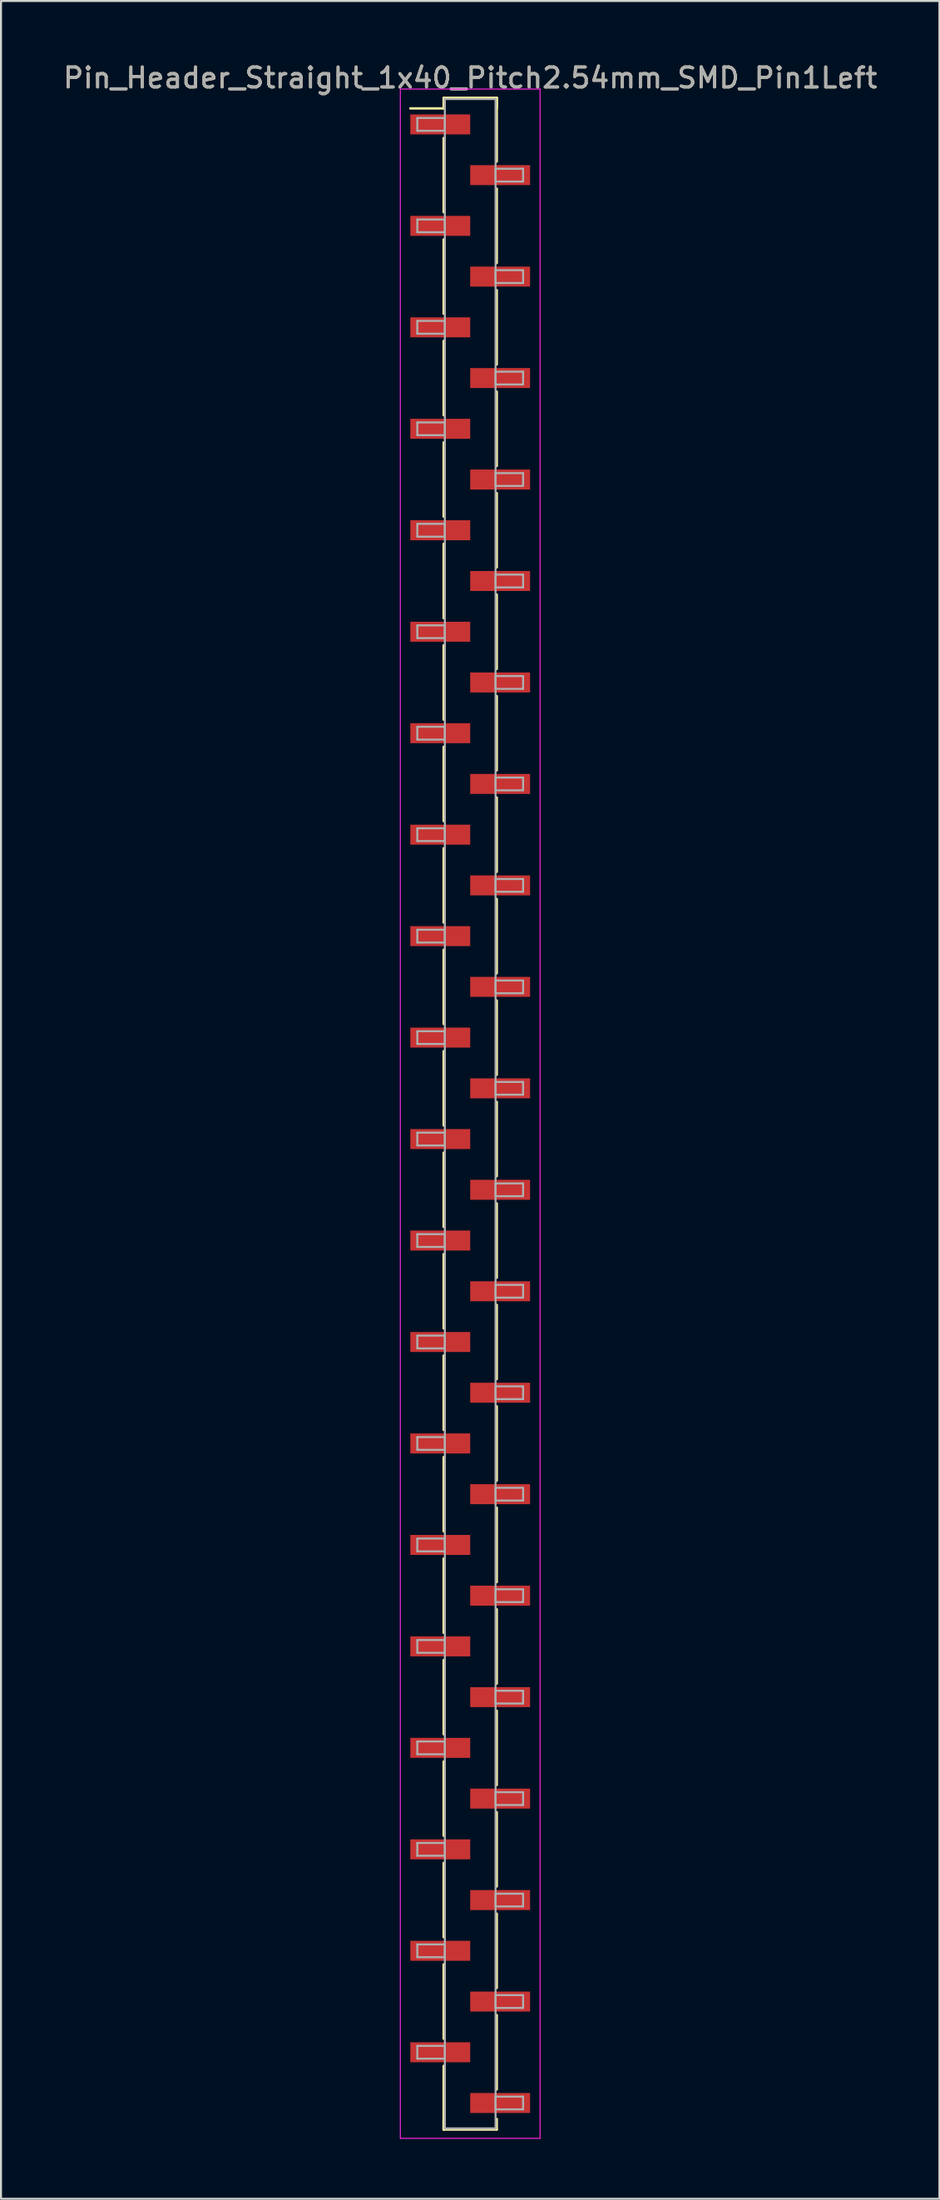
<source format=kicad_pcb>
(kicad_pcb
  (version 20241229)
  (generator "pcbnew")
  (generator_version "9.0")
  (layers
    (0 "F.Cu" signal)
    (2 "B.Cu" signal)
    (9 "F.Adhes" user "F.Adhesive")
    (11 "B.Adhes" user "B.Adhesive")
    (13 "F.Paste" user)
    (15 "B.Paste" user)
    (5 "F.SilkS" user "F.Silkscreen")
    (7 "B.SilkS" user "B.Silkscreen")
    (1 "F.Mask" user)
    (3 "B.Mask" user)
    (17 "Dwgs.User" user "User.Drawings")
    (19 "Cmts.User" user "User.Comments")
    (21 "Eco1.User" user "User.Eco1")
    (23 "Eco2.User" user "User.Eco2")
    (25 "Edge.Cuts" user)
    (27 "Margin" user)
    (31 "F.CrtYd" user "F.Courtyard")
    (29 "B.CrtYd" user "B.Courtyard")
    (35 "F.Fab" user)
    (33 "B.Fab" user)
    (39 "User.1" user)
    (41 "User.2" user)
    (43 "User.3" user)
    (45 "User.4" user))
  (footprint "Pin_Header_Straight_1x40_Pitch2.54mm_SMD_Pin1Left"
    (layer "F.Cu")
    (at 20.506 52.708)
    (property "Reference" "Pin_Header_Straight_1x40_Pitch2.54mm_SMD_Pin1Left" (at 0 -51.86 0) (layer "F.SilkS") (effects (font (size 1 1) (thickness 0.15))))
    (attr smd)
    (fp_line (start -1.33 -50.86) (end 1.33 -50.86) (stroke (width 0.12) (type solid)) (layer "F.SilkS"))
    (fp_line (start -1.33 -50.33) (end -3 -50.33) (stroke (width 0.12) (type solid)) (layer "F.SilkS"))
    (fp_line (start -1.33 -50.33) (end -1.33 -50.86) (stroke (width 0.12) (type solid)) (layer "F.SilkS"))
    (fp_line (start -1.33 -48.85) (end -1.33 -45.13) (stroke (width 0.12) (type solid)) (layer "F.SilkS"))
    (fp_line (start -1.33 -43.77) (end -1.33 -40.05) (stroke (width 0.12) (type solid)) (layer "F.SilkS"))
    (fp_line (start -1.33 -38.69) (end -1.33 -34.97) (stroke (width 0.12) (type solid)) (layer "F.SilkS"))
    (fp_line (start -1.33 -33.61) (end -1.33 -29.89) (stroke (width 0.12) (type solid)) (layer "F.SilkS"))
    (fp_line (start -1.33 -28.53) (end -1.33 -24.81) (stroke (width 0.12) (type solid)) (layer "F.SilkS"))
    (fp_line (start -1.33 -23.45) (end -1.33 -19.73) (stroke (width 0.12) (type solid)) (layer "F.SilkS"))
    (fp_line (start -1.33 -18.37) (end -1.33 -14.65) (stroke (width 0.12) (type solid)) (layer "F.SilkS"))
    (fp_line (start -1.33 -13.29) (end -1.33 -9.57) (stroke (width 0.12) (type solid)) (layer "F.SilkS"))
    (fp_line (start -1.33 -8.21) (end -1.33 -4.49) (stroke (width 0.12) (type solid)) (layer "F.SilkS"))
    (fp_line (start -1.33 -3.13) (end -1.33 0.59) (stroke (width 0.12) (type solid)) (layer "F.SilkS"))
    (fp_line (start -1.33 1.95) (end -1.33 5.67) (stroke (width 0.12) (type solid)) (layer "F.SilkS"))
    (fp_line (start -1.33 7.03) (end -1.33 10.75) (stroke (width 0.12) (type solid)) (layer "F.SilkS"))
    (fp_line (start -1.33 12.11) (end -1.33 15.83) (stroke (width 0.12) (type solid)) (layer "F.SilkS"))
    (fp_line (start -1.33 17.19) (end -1.33 20.91) (stroke (width 0.12) (type solid)) (layer "F.SilkS"))
    (fp_line (start -1.33 22.27) (end -1.33 25.99) (stroke (width 0.12) (type solid)) (layer "F.SilkS"))
    (fp_line (start -1.33 27.35) (end -1.33 31.07) (stroke (width 0.12) (type solid)) (layer "F.SilkS"))
    (fp_line (start -1.33 32.43) (end -1.33 36.15) (stroke (width 0.12) (type solid)) (layer "F.SilkS"))
    (fp_line (start -1.33 37.51) (end -1.33 41.23) (stroke (width 0.12) (type solid)) (layer "F.SilkS"))
    (fp_line (start -1.33 42.59) (end -1.33 46.31) (stroke (width 0.12) (type solid)) (layer "F.SilkS"))
    (fp_line (start -1.33 47.67) (end -1.33 50.86) (stroke (width 0.12) (type solid)) (layer "F.SilkS"))
    (fp_line (start -1.33 50.33) (end -1.33 50.86) (stroke (width 0.12) (type solid)) (layer "F.SilkS"))
    (fp_line (start -1.33 50.86) (end 1.33 50.86) (stroke (width 0.12) (type solid)) (layer "F.SilkS"))
    (fp_line (start 1.33 -50.86) (end 1.33 -50.33) (stroke (width 0.12) (type solid)) (layer "F.SilkS"))
    (fp_line (start 1.33 -50.86) (end 1.33 -47.67) (stroke (width 0.12) (type solid)) (layer "F.SilkS"))
    (fp_line (start 1.33 -46.31) (end 1.33 -42.59) (stroke (width 0.12) (type solid)) (layer "F.SilkS"))
    (fp_line (start 1.33 -41.23) (end 1.33 -37.51) (stroke (width 0.12) (type solid)) (layer "F.SilkS"))
    (fp_line (start 1.33 -36.15) (end 1.33 -32.43) (stroke (width 0.12) (type solid)) (layer "F.SilkS"))
    (fp_line (start 1.33 -31.07) (end 1.33 -27.35) (stroke (width 0.12) (type solid)) (layer "F.SilkS"))
    (fp_line (start 1.33 -25.99) (end 1.33 -22.27) (stroke (width 0.12) (type solid)) (layer "F.SilkS"))
    (fp_line (start 1.33 -20.91) (end 1.33 -17.19) (stroke (width 0.12) (type solid)) (layer "F.SilkS"))
    (fp_line (start 1.33 -15.83) (end 1.33 -12.11) (stroke (width 0.12) (type solid)) (layer "F.SilkS"))
    (fp_line (start 1.33 -10.75) (end 1.33 -7.03) (stroke (width 0.12) (type solid)) (layer "F.SilkS"))
    (fp_line (start 1.33 -5.67) (end 1.33 -1.95) (stroke (width 0.12) (type solid)) (layer "F.SilkS"))
    (fp_line (start 1.33 -0.59) (end 1.33 3.13) (stroke (width 0.12) (type solid)) (layer "F.SilkS"))
    (fp_line (start 1.33 4.49) (end 1.33 8.21) (stroke (width 0.12) (type solid)) (layer "F.SilkS"))
    (fp_line (start 1.33 9.57) (end 1.33 13.29) (stroke (width 0.12) (type solid)) (layer "F.SilkS"))
    (fp_line (start 1.33 14.65) (end 1.33 18.37) (stroke (width 0.12) (type solid)) (layer "F.SilkS"))
    (fp_line (start 1.33 19.73) (end 1.33 23.45) (stroke (width 0.12) (type solid)) (layer "F.SilkS"))
    (fp_line (start 1.33 24.81) (end 1.33 28.53) (stroke (width 0.12) (type solid)) (layer "F.SilkS"))
    (fp_line (start 1.33 29.89) (end 1.33 33.61) (stroke (width 0.12) (type solid)) (layer "F.SilkS"))
    (fp_line (start 1.33 34.97) (end 1.33 38.69) (stroke (width 0.12) (type solid)) (layer "F.SilkS"))
    (fp_line (start 1.33 40.05) (end 1.33 43.77) (stroke (width 0.12) (type solid)) (layer "F.SilkS"))
    (fp_line (start 1.33 45.13) (end 1.33 48.85) (stroke (width 0.12) (type solid)) (layer "F.SilkS"))
    (fp_line (start 1.33 50.86) (end 1.33 50.33) (stroke (width 0.12) (type solid)) (layer "F.SilkS"))
    (fp_line (start -3.5 -51.3) (end -3.5 51.3) (stroke (width 0.05) (type solid)) (layer "F.CrtYd"))
    (fp_line (start -3.5 51.3) (end 3.5 51.3) (stroke (width 0.05) (type solid)) (layer "F.CrtYd"))
    (fp_line (start 3.5 -51.3) (end -3.5 -51.3) (stroke (width 0.05) (type solid)) (layer "F.CrtYd"))
    (fp_line (start 3.5 51.3) (end 3.5 -51.3) (stroke (width 0.05) (type solid)) (layer "F.CrtYd"))
    (fp_line (start -2.65 -49.85) (end -1.27 -49.85) (stroke (width 0.1) (type solid)) (layer "F.Fab"))
    (fp_line (start -2.65 -49.21) (end -2.65 -49.85) (stroke (width 0.1) (type solid)) (layer "F.Fab"))
    (fp_line (start -2.65 -44.77) (end -1.27 -44.77) (stroke (width 0.1) (type solid)) (layer "F.Fab"))
    (fp_line (start -2.65 -44.13) (end -2.65 -44.77) (stroke (width 0.1) (type solid)) (layer "F.Fab"))
    (fp_line (start -2.65 -39.69) (end -1.27 -39.69) (stroke (width 0.1) (type solid)) (layer "F.Fab"))
    (fp_line (start -2.65 -39.05) (end -2.65 -39.69) (stroke (width 0.1) (type solid)) (layer "F.Fab"))
    (fp_line (start -2.65 -34.61) (end -1.27 -34.61) (stroke (width 0.1) (type solid)) (layer "F.Fab"))
    (fp_line (start -2.65 -33.97) (end -2.65 -34.61) (stroke (width 0.1) (type solid)) (layer "F.Fab"))
    (fp_line (start -2.65 -29.53) (end -1.27 -29.53) (stroke (width 0.1) (type solid)) (layer "F.Fab"))
    (fp_line (start -2.65 -28.89) (end -2.65 -29.53) (stroke (width 0.1) (type solid)) (layer "F.Fab"))
    (fp_line (start -2.65 -24.45) (end -1.27 -24.45) (stroke (width 0.1) (type solid)) (layer "F.Fab"))
    (fp_line (start -2.65 -23.81) (end -2.65 -24.45) (stroke (width 0.1) (type solid)) (layer "F.Fab"))
    (fp_line (start -2.65 -19.37) (end -1.27 -19.37) (stroke (width 0.1) (type solid)) (layer "F.Fab"))
    (fp_line (start -2.65 -18.73) (end -2.65 -19.37) (stroke (width 0.1) (type solid)) (layer "F.Fab"))
    (fp_line (start -2.65 -14.29) (end -1.27 -14.29) (stroke (width 0.1) (type solid)) (layer "F.Fab"))
    (fp_line (start -2.65 -13.65) (end -2.65 -14.29) (stroke (width 0.1) (type solid)) (layer "F.Fab"))
    (fp_line (start -2.65 -9.21) (end -1.27 -9.21) (stroke (width 0.1) (type solid)) (layer "F.Fab"))
    (fp_line (start -2.65 -8.57) (end -2.65 -9.21) (stroke (width 0.1) (type solid)) (layer "F.Fab"))
    (fp_line (start -2.65 -4.13) (end -1.27 -4.13) (stroke (width 0.1) (type solid)) (layer "F.Fab"))
    (fp_line (start -2.65 -3.49) (end -2.65 -4.13) (stroke (width 0.1) (type solid)) (layer "F.Fab"))
    (fp_line (start -2.65 0.95) (end -1.27 0.95) (stroke (width 0.1) (type solid)) (layer "F.Fab"))
    (fp_line (start -2.65 1.59) (end -2.65 0.95) (stroke (width 0.1) (type solid)) (layer "F.Fab"))
    (fp_line (start -2.65 6.03) (end -1.27 6.03) (stroke (width 0.1) (type solid)) (layer "F.Fab"))
    (fp_line (start -2.65 6.67) (end -2.65 6.03) (stroke (width 0.1) (type solid)) (layer "F.Fab"))
    (fp_line (start -2.65 11.11) (end -1.27 11.11) (stroke (width 0.1) (type solid)) (layer "F.Fab"))
    (fp_line (start -2.65 11.75) (end -2.65 11.11) (stroke (width 0.1) (type solid)) (layer "F.Fab"))
    (fp_line (start -2.65 16.19) (end -1.27 16.19) (stroke (width 0.1) (type solid)) (layer "F.Fab"))
    (fp_line (start -2.65 16.83) (end -2.65 16.19) (stroke (width 0.1) (type solid)) (layer "F.Fab"))
    (fp_line (start -2.65 21.27) (end -1.27 21.27) (stroke (width 0.1) (type solid)) (layer "F.Fab"))
    (fp_line (start -2.65 21.91) (end -2.65 21.27) (stroke (width 0.1) (type solid)) (layer "F.Fab"))
    (fp_line (start -2.65 26.35) (end -1.27 26.35) (stroke (width 0.1) (type solid)) (layer "F.Fab"))
    (fp_line (start -2.65 26.99) (end -2.65 26.35) (stroke (width 0.1) (type solid)) (layer "F.Fab"))
    (fp_line (start -2.65 31.43) (end -1.27 31.43) (stroke (width 0.1) (type solid)) (layer "F.Fab"))
    (fp_line (start -2.65 32.07) (end -2.65 31.43) (stroke (width 0.1) (type solid)) (layer "F.Fab"))
    (fp_line (start -2.65 36.51) (end -1.27 36.51) (stroke (width 0.1) (type solid)) (layer "F.Fab"))
    (fp_line (start -2.65 37.15) (end -2.65 36.51) (stroke (width 0.1) (type solid)) (layer "F.Fab"))
    (fp_line (start -2.65 41.59) (end -1.27 41.59) (stroke (width 0.1) (type solid)) (layer "F.Fab"))
    (fp_line (start -2.65 42.23) (end -2.65 41.59) (stroke (width 0.1) (type solid)) (layer "F.Fab"))
    (fp_line (start -2.65 46.67) (end -1.27 46.67) (stroke (width 0.1) (type solid)) (layer "F.Fab"))
    (fp_line (start -2.65 47.31) (end -2.65 46.67) (stroke (width 0.1) (type solid)) (layer "F.Fab"))
    (fp_line (start -1.27 -50.8) (end -1.27 50.8) (stroke (width 0.1) (type solid)) (layer "F.Fab"))
    (fp_line (start -1.27 -49.85) (end -1.27 -49.21) (stroke (width 0.1) (type solid)) (layer "F.Fab"))
    (fp_line (start -1.27 -49.21) (end -2.65 -49.21) (stroke (width 0.1) (type solid)) (layer "F.Fab"))
    (fp_line (start -1.27 -44.77) (end -1.27 -44.13) (stroke (width 0.1) (type solid)) (layer "F.Fab"))
    (fp_line (start -1.27 -44.13) (end -2.65 -44.13) (stroke (width 0.1) (type solid)) (layer "F.Fab"))
    (fp_line (start -1.27 -39.69) (end -1.27 -39.05) (stroke (width 0.1) (type solid)) (layer "F.Fab"))
    (fp_line (start -1.27 -39.05) (end -2.65 -39.05) (stroke (width 0.1) (type solid)) (layer "F.Fab"))
    (fp_line (start -1.27 -34.61) (end -1.27 -33.97) (stroke (width 0.1) (type solid)) (layer "F.Fab"))
    (fp_line (start -1.27 -33.97) (end -2.65 -33.97) (stroke (width 0.1) (type solid)) (layer "F.Fab"))
    (fp_line (start -1.27 -29.53) (end -1.27 -28.89) (stroke (width 0.1) (type solid)) (layer "F.Fab"))
    (fp_line (start -1.27 -28.89) (end -2.65 -28.89) (stroke (width 0.1) (type solid)) (layer "F.Fab"))
    (fp_line (start -1.27 -24.45) (end -1.27 -23.81) (stroke (width 0.1) (type solid)) (layer "F.Fab"))
    (fp_line (start -1.27 -23.81) (end -2.65 -23.81) (stroke (width 0.1) (type solid)) (layer "F.Fab"))
    (fp_line (start -1.27 -19.37) (end -1.27 -18.73) (stroke (width 0.1) (type solid)) (layer "F.Fab"))
    (fp_line (start -1.27 -18.73) (end -2.65 -18.73) (stroke (width 0.1) (type solid)) (layer "F.Fab"))
    (fp_line (start -1.27 -14.29) (end -1.27 -13.65) (stroke (width 0.1) (type solid)) (layer "F.Fab"))
    (fp_line (start -1.27 -13.65) (end -2.65 -13.65) (stroke (width 0.1) (type solid)) (layer "F.Fab"))
    (fp_line (start -1.27 -9.21) (end -1.27 -8.57) (stroke (width 0.1) (type solid)) (layer "F.Fab"))
    (fp_line (start -1.27 -8.57) (end -2.65 -8.57) (stroke (width 0.1) (type solid)) (layer "F.Fab"))
    (fp_line (start -1.27 -4.13) (end -1.27 -3.49) (stroke (width 0.1) (type solid)) (layer "F.Fab"))
    (fp_line (start -1.27 -3.49) (end -2.65 -3.49) (stroke (width 0.1) (type solid)) (layer "F.Fab"))
    (fp_line (start -1.27 0.95) (end -1.27 1.59) (stroke (width 0.1) (type solid)) (layer "F.Fab"))
    (fp_line (start -1.27 1.59) (end -2.65 1.59) (stroke (width 0.1) (type solid)) (layer "F.Fab"))
    (fp_line (start -1.27 6.03) (end -1.27 6.67) (stroke (width 0.1) (type solid)) (layer "F.Fab"))
    (fp_line (start -1.27 6.67) (end -2.65 6.67) (stroke (width 0.1) (type solid)) (layer "F.Fab"))
    (fp_line (start -1.27 11.11) (end -1.27 11.75) (stroke (width 0.1) (type solid)) (layer "F.Fab"))
    (fp_line (start -1.27 11.75) (end -2.65 11.75) (stroke (width 0.1) (type solid)) (layer "F.Fab"))
    (fp_line (start -1.27 16.19) (end -1.27 16.83) (stroke (width 0.1) (type solid)) (layer "F.Fab"))
    (fp_line (start -1.27 16.83) (end -2.65 16.83) (stroke (width 0.1) (type solid)) (layer "F.Fab"))
    (fp_line (start -1.27 21.27) (end -1.27 21.91) (stroke (width 0.1) (type solid)) (layer "F.Fab"))
    (fp_line (start -1.27 21.91) (end -2.65 21.91) (stroke (width 0.1) (type solid)) (layer "F.Fab"))
    (fp_line (start -1.27 26.35) (end -1.27 26.99) (stroke (width 0.1) (type solid)) (layer "F.Fab"))
    (fp_line (start -1.27 26.99) (end -2.65 26.99) (stroke (width 0.1) (type solid)) (layer "F.Fab"))
    (fp_line (start -1.27 31.43) (end -1.27 32.07) (stroke (width 0.1) (type solid)) (layer "F.Fab"))
    (fp_line (start -1.27 32.07) (end -2.65 32.07) (stroke (width 0.1) (type solid)) (layer "F.Fab"))
    (fp_line (start -1.27 36.51) (end -1.27 37.15) (stroke (width 0.1) (type solid)) (layer "F.Fab"))
    (fp_line (start -1.27 37.15) (end -2.65 37.15) (stroke (width 0.1) (type solid)) (layer "F.Fab"))
    (fp_line (start -1.27 41.59) (end -1.27 42.23) (stroke (width 0.1) (type solid)) (layer "F.Fab"))
    (fp_line (start -1.27 42.23) (end -2.65 42.23) (stroke (width 0.1) (type solid)) (layer "F.Fab"))
    (fp_line (start -1.27 46.67) (end -1.27 47.31) (stroke (width 0.1) (type solid)) (layer "F.Fab"))
    (fp_line (start -1.27 47.31) (end -2.65 47.31) (stroke (width 0.1) (type solid)) (layer "F.Fab"))
    (fp_line (start -1.27 50.8) (end 1.27 50.8) (stroke (width 0.1) (type solid)) (layer "F.Fab"))
    (fp_line (start 1.27 -50.8) (end -1.27 -50.8) (stroke (width 0.1) (type solid)) (layer "F.Fab"))
    (fp_line (start 1.27 -47.31) (end 1.27 -46.67) (stroke (width 0.1) (type solid)) (layer "F.Fab"))
    (fp_line (start 1.27 -46.67) (end 2.65 -46.67) (stroke (width 0.1) (type solid)) (layer "F.Fab"))
    (fp_line (start 1.27 -42.23) (end 1.27 -41.59) (stroke (width 0.1) (type solid)) (layer "F.Fab"))
    (fp_line (start 1.27 -41.59) (end 2.65 -41.59) (stroke (width 0.1) (type solid)) (layer "F.Fab"))
    (fp_line (start 1.27 -37.15) (end 1.27 -36.51) (stroke (width 0.1) (type solid)) (layer "F.Fab"))
    (fp_line (start 1.27 -36.51) (end 2.65 -36.51) (stroke (width 0.1) (type solid)) (layer "F.Fab"))
    (fp_line (start 1.27 -32.07) (end 1.27 -31.43) (stroke (width 0.1) (type solid)) (layer "F.Fab"))
    (fp_line (start 1.27 -31.43) (end 2.65 -31.43) (stroke (width 0.1) (type solid)) (layer "F.Fab"))
    (fp_line (start 1.27 -26.99) (end 1.27 -26.35) (stroke (width 0.1) (type solid)) (layer "F.Fab"))
    (fp_line (start 1.27 -26.35) (end 2.65 -26.35) (stroke (width 0.1) (type solid)) (layer "F.Fab"))
    (fp_line (start 1.27 -21.91) (end 1.27 -21.27) (stroke (width 0.1) (type solid)) (layer "F.Fab"))
    (fp_line (start 1.27 -21.27) (end 2.65 -21.27) (stroke (width 0.1) (type solid)) (layer "F.Fab"))
    (fp_line (start 1.27 -16.83) (end 1.27 -16.19) (stroke (width 0.1) (type solid)) (layer "F.Fab"))
    (fp_line (start 1.27 -16.19) (end 2.65 -16.19) (stroke (width 0.1) (type solid)) (layer "F.Fab"))
    (fp_line (start 1.27 -11.75) (end 1.27 -11.11) (stroke (width 0.1) (type solid)) (layer "F.Fab"))
    (fp_line (start 1.27 -11.11) (end 2.65 -11.11) (stroke (width 0.1) (type solid)) (layer "F.Fab"))
    (fp_line (start 1.27 -6.67) (end 1.27 -6.03) (stroke (width 0.1) (type solid)) (layer "F.Fab"))
    (fp_line (start 1.27 -6.03) (end 2.65 -6.03) (stroke (width 0.1) (type solid)) (layer "F.Fab"))
    (fp_line (start 1.27 -1.59) (end 1.27 -0.95) (stroke (width 0.1) (type solid)) (layer "F.Fab"))
    (fp_line (start 1.27 -0.95) (end 2.65 -0.95) (stroke (width 0.1) (type solid)) (layer "F.Fab"))
    (fp_line (start 1.27 3.49) (end 1.27 4.13) (stroke (width 0.1) (type solid)) (layer "F.Fab"))
    (fp_line (start 1.27 4.13) (end 2.65 4.13) (stroke (width 0.1) (type solid)) (layer "F.Fab"))
    (fp_line (start 1.27 8.57) (end 1.27 9.21) (stroke (width 0.1) (type solid)) (layer "F.Fab"))
    (fp_line (start 1.27 9.21) (end 2.65 9.21) (stroke (width 0.1) (type solid)) (layer "F.Fab"))
    (fp_line (start 1.27 13.65) (end 1.27 14.29) (stroke (width 0.1) (type solid)) (layer "F.Fab"))
    (fp_line (start 1.27 14.29) (end 2.65 14.29) (stroke (width 0.1) (type solid)) (layer "F.Fab"))
    (fp_line (start 1.27 18.73) (end 1.27 19.37) (stroke (width 0.1) (type solid)) (layer "F.Fab"))
    (fp_line (start 1.27 19.37) (end 2.65 19.37) (stroke (width 0.1) (type solid)) (layer "F.Fab"))
    (fp_line (start 1.27 23.81) (end 1.27 24.45) (stroke (width 0.1) (type solid)) (layer "F.Fab"))
    (fp_line (start 1.27 24.45) (end 2.65 24.45) (stroke (width 0.1) (type solid)) (layer "F.Fab"))
    (fp_line (start 1.27 28.89) (end 1.27 29.53) (stroke (width 0.1) (type solid)) (layer "F.Fab"))
    (fp_line (start 1.27 29.53) (end 2.65 29.53) (stroke (width 0.1) (type solid)) (layer "F.Fab"))
    (fp_line (start 1.27 33.97) (end 1.27 34.61) (stroke (width 0.1) (type solid)) (layer "F.Fab"))
    (fp_line (start 1.27 34.61) (end 2.65 34.61) (stroke (width 0.1) (type solid)) (layer "F.Fab"))
    (fp_line (start 1.27 39.05) (end 1.27 39.69) (stroke (width 0.1) (type solid)) (layer "F.Fab"))
    (fp_line (start 1.27 39.69) (end 2.65 39.69) (stroke (width 0.1) (type solid)) (layer "F.Fab"))
    (fp_line (start 1.27 44.13) (end 1.27 44.77) (stroke (width 0.1) (type solid)) (layer "F.Fab"))
    (fp_line (start 1.27 44.77) (end 2.65 44.77) (stroke (width 0.1) (type solid)) (layer "F.Fab"))
    (fp_line (start 1.27 49.21) (end 1.27 49.85) (stroke (width 0.1) (type solid)) (layer "F.Fab"))
    (fp_line (start 1.27 49.85) (end 2.65 49.85) (stroke (width 0.1) (type solid)) (layer "F.Fab"))
    (fp_line (start 1.27 50.8) (end 1.27 -50.8) (stroke (width 0.1) (type solid)) (layer "F.Fab"))
    (fp_line (start 2.65 -47.31) (end 1.27 -47.31) (stroke (width 0.1) (type solid)) (layer "F.Fab"))
    (fp_line (start 2.65 -46.67) (end 2.65 -47.31) (stroke (width 0.1) (type solid)) (layer "F.Fab"))
    (fp_line (start 2.65 -42.23) (end 1.27 -42.23) (stroke (width 0.1) (type solid)) (layer "F.Fab"))
    (fp_line (start 2.65 -41.59) (end 2.65 -42.23) (stroke (width 0.1) (type solid)) (layer "F.Fab"))
    (fp_line (start 2.65 -37.15) (end 1.27 -37.15) (stroke (width 0.1) (type solid)) (layer "F.Fab"))
    (fp_line (start 2.65 -36.51) (end 2.65 -37.15) (stroke (width 0.1) (type solid)) (layer "F.Fab"))
    (fp_line (start 2.65 -32.07) (end 1.27 -32.07) (stroke (width 0.1) (type solid)) (layer "F.Fab"))
    (fp_line (start 2.65 -31.43) (end 2.65 -32.07) (stroke (width 0.1) (type solid)) (layer "F.Fab"))
    (fp_line (start 2.65 -26.99) (end 1.27 -26.99) (stroke (width 0.1) (type solid)) (layer "F.Fab"))
    (fp_line (start 2.65 -26.35) (end 2.65 -26.99) (stroke (width 0.1) (type solid)) (layer "F.Fab"))
    (fp_line (start 2.65 -21.91) (end 1.27 -21.91) (stroke (width 0.1) (type solid)) (layer "F.Fab"))
    (fp_line (start 2.65 -21.27) (end 2.65 -21.91) (stroke (width 0.1) (type solid)) (layer "F.Fab"))
    (fp_line (start 2.65 -16.83) (end 1.27 -16.83) (stroke (width 0.1) (type solid)) (layer "F.Fab"))
    (fp_line (start 2.65 -16.19) (end 2.65 -16.83) (stroke (width 0.1) (type solid)) (layer "F.Fab"))
    (fp_line (start 2.65 -11.75) (end 1.27 -11.75) (stroke (width 0.1) (type solid)) (layer "F.Fab"))
    (fp_line (start 2.65 -11.11) (end 2.65 -11.75) (stroke (width 0.1) (type solid)) (layer "F.Fab"))
    (fp_line (start 2.65 -6.67) (end 1.27 -6.67) (stroke (width 0.1) (type solid)) (layer "F.Fab"))
    (fp_line (start 2.65 -6.03) (end 2.65 -6.67) (stroke (width 0.1) (type solid)) (layer "F.Fab"))
    (fp_line (start 2.65 -1.59) (end 1.27 -1.59) (stroke (width 0.1) (type solid)) (layer "F.Fab"))
    (fp_line (start 2.65 -0.95) (end 2.65 -1.59) (stroke (width 0.1) (type solid)) (layer "F.Fab"))
    (fp_line (start 2.65 3.49) (end 1.27 3.49) (stroke (width 0.1) (type solid)) (layer "F.Fab"))
    (fp_line (start 2.65 4.13) (end 2.65 3.49) (stroke (width 0.1) (type solid)) (layer "F.Fab"))
    (fp_line (start 2.65 8.57) (end 1.27 8.57) (stroke (width 0.1) (type solid)) (layer "F.Fab"))
    (fp_line (start 2.65 9.21) (end 2.65 8.57) (stroke (width 0.1) (type solid)) (layer "F.Fab"))
    (fp_line (start 2.65 13.65) (end 1.27 13.65) (stroke (width 0.1) (type solid)) (layer "F.Fab"))
    (fp_line (start 2.65 14.29) (end 2.65 13.65) (stroke (width 0.1) (type solid)) (layer "F.Fab"))
    (fp_line (start 2.65 18.73) (end 1.27 18.73) (stroke (width 0.1) (type solid)) (layer "F.Fab"))
    (fp_line (start 2.65 19.37) (end 2.65 18.73) (stroke (width 0.1) (type solid)) (layer "F.Fab"))
    (fp_line (start 2.65 23.81) (end 1.27 23.81) (stroke (width 0.1) (type solid)) (layer "F.Fab"))
    (fp_line (start 2.65 24.45) (end 2.65 23.81) (stroke (width 0.1) (type solid)) (layer "F.Fab"))
    (fp_line (start 2.65 28.89) (end 1.27 28.89) (stroke (width 0.1) (type solid)) (layer "F.Fab"))
    (fp_line (start 2.65 29.53) (end 2.65 28.89) (stroke (width 0.1) (type solid)) (layer "F.Fab"))
    (fp_line (start 2.65 33.97) (end 1.27 33.97) (stroke (width 0.1) (type solid)) (layer "F.Fab"))
    (fp_line (start 2.65 34.61) (end 2.65 33.97) (stroke (width 0.1) (type solid)) (layer "F.Fab"))
    (fp_line (start 2.65 39.05) (end 1.27 39.05) (stroke (width 0.1) (type solid)) (layer "F.Fab"))
    (fp_line (start 2.65 39.69) (end 2.65 39.05) (stroke (width 0.1) (type solid)) (layer "F.Fab"))
    (fp_line (start 2.65 44.13) (end 1.27 44.13) (stroke (width 0.1) (type solid)) (layer "F.Fab"))
    (fp_line (start 2.65 44.77) (end 2.65 44.13) (stroke (width 0.1) (type solid)) (layer "F.Fab"))
    (fp_line (start 2.65 49.21) (end 1.27 49.21) (stroke (width 0.1) (type solid)) (layer "F.Fab"))
    (fp_line (start 2.65 49.85) (end 2.65 49.21) (stroke (width 0.1) (type solid)) (layer "F.Fab"))
    (fp_text user "${REFERENCE}" (at 0 -51.86 0) (layer "F.Fab") (effects (font (size 1 1) (thickness 0.15))))
    (pad "1" smd rect (at -1.5 -49.53) (size 3 1) (layers "F.Cu" "F.Mask" "F.Paste"))
    (pad "2" smd rect (at 1.5 -46.99) (size 3 1) (layers "F.Cu" "F.Mask" "F.Paste"))
    (pad "3" smd rect (at -1.5 -44.45) (size 3 1) (layers "F.Cu" "F.Mask" "F.Paste"))
    (pad "4" smd rect (at 1.5 -41.91) (size 3 1) (layers "F.Cu" "F.Mask" "F.Paste"))
    (pad "5" smd rect (at -1.5 -39.37) (size 3 1) (layers "F.Cu" "F.Mask" "F.Paste"))
    (pad "6" smd rect (at 1.5 -36.83) (size 3 1) (layers "F.Cu" "F.Mask" "F.Paste"))
    (pad "7" smd rect (at -1.5 -34.29) (size 3 1) (layers "F.Cu" "F.Mask" "F.Paste"))
    (pad "8" smd rect (at 1.5 -31.75) (size 3 1) (layers "F.Cu" "F.Mask" "F.Paste"))
    (pad "9" smd rect (at -1.5 -29.21) (size 3 1) (layers "F.Cu" "F.Mask" "F.Paste"))
    (pad "10" smd rect (at 1.5 -26.67) (size 3 1) (layers "F.Cu" "F.Mask" "F.Paste"))
    (pad "11" smd rect (at -1.5 -24.13) (size 3 1) (layers "F.Cu" "F.Mask" "F.Paste"))
    (pad "12" smd rect (at 1.5 -21.59) (size 3 1) (layers "F.Cu" "F.Mask" "F.Paste"))
    (pad "13" smd rect (at -1.5 -19.05) (size 3 1) (layers "F.Cu" "F.Mask" "F.Paste"))
    (pad "14" smd rect (at 1.5 -16.51) (size 3 1) (layers "F.Cu" "F.Mask" "F.Paste"))
    (pad "15" smd rect (at -1.5 -13.97) (size 3 1) (layers "F.Cu" "F.Mask" "F.Paste"))
    (pad "16" smd rect (at 1.5 -11.43) (size 3 1) (layers "F.Cu" "F.Mask" "F.Paste"))
    (pad "17" smd rect (at -1.5 -8.89) (size 3 1) (layers "F.Cu" "F.Mask" "F.Paste"))
    (pad "18" smd rect (at 1.5 -6.35) (size 3 1) (layers "F.Cu" "F.Mask" "F.Paste"))
    (pad "19" smd rect (at -1.5 -3.81) (size 3 1) (layers "F.Cu" "F.Mask" "F.Paste"))
    (pad "20" smd rect (at 1.5 -1.27) (size 3 1) (layers "F.Cu" "F.Mask" "F.Paste"))
    (pad "21" smd rect (at -1.5 1.27) (size 3 1) (layers "F.Cu" "F.Mask" "F.Paste"))
    (pad "22" smd rect (at 1.5 3.81) (size 3 1) (layers "F.Cu" "F.Mask" "F.Paste"))
    (pad "23" smd rect (at -1.5 6.35) (size 3 1) (layers "F.Cu" "F.Mask" "F.Paste"))
    (pad "24" smd rect (at 1.5 8.89) (size 3 1) (layers "F.Cu" "F.Mask" "F.Paste"))
    (pad "25" smd rect (at -1.5 11.43) (size 3 1) (layers "F.Cu" "F.Mask" "F.Paste"))
    (pad "26" smd rect (at 1.5 13.97) (size 3 1) (layers "F.Cu" "F.Mask" "F.Paste"))
    (pad "27" smd rect (at -1.5 16.51) (size 3 1) (layers "F.Cu" "F.Mask" "F.Paste"))
    (pad "28" smd rect (at 1.5 19.05) (size 3 1) (layers "F.Cu" "F.Mask" "F.Paste"))
    (pad "29" smd rect (at -1.5 21.59) (size 3 1) (layers "F.Cu" "F.Mask" "F.Paste"))
    (pad "30" smd rect (at 1.5 24.13) (size 3 1) (layers "F.Cu" "F.Mask" "F.Paste"))
    (pad "31" smd rect (at -1.5 26.67) (size 3 1) (layers "F.Cu" "F.Mask" "F.Paste"))
    (pad "32" smd rect (at 1.5 29.21) (size 3 1) (layers "F.Cu" "F.Mask" "F.Paste"))
    (pad "33" smd rect (at -1.5 31.75) (size 3 1) (layers "F.Cu" "F.Mask" "F.Paste"))
    (pad "34" smd rect (at 1.5 34.29) (size 3 1) (layers "F.Cu" "F.Mask" "F.Paste"))
    (pad "35" smd rect (at -1.5 36.83) (size 3 1) (layers "F.Cu" "F.Mask" "F.Paste"))
    (pad "36" smd rect (at 1.5 39.37) (size 3 1) (layers "F.Cu" "F.Mask" "F.Paste"))
    (pad "37" smd rect (at -1.5 41.91) (size 3 1) (layers "F.Cu" "F.Mask" "F.Paste"))
    (pad "38" smd rect (at 1.5 44.45) (size 3 1) (layers "F.Cu" "F.Mask" "F.Paste"))
    (pad "39" smd rect (at -1.5 46.99) (size 3 1) (layers "F.Cu" "F.Mask" "F.Paste"))
    (pad "40" smd rect (at 1.5 49.53) (size 3 1) (layers "F.Cu" "F.Mask" "F.Paste")))
  (gr_rect
    (start -3 -3)
    (end 44.012 107.033)
    (stroke (width 0.1) (type default))
    (fill no)
    (layer "Edge.Cuts")))
</source>
